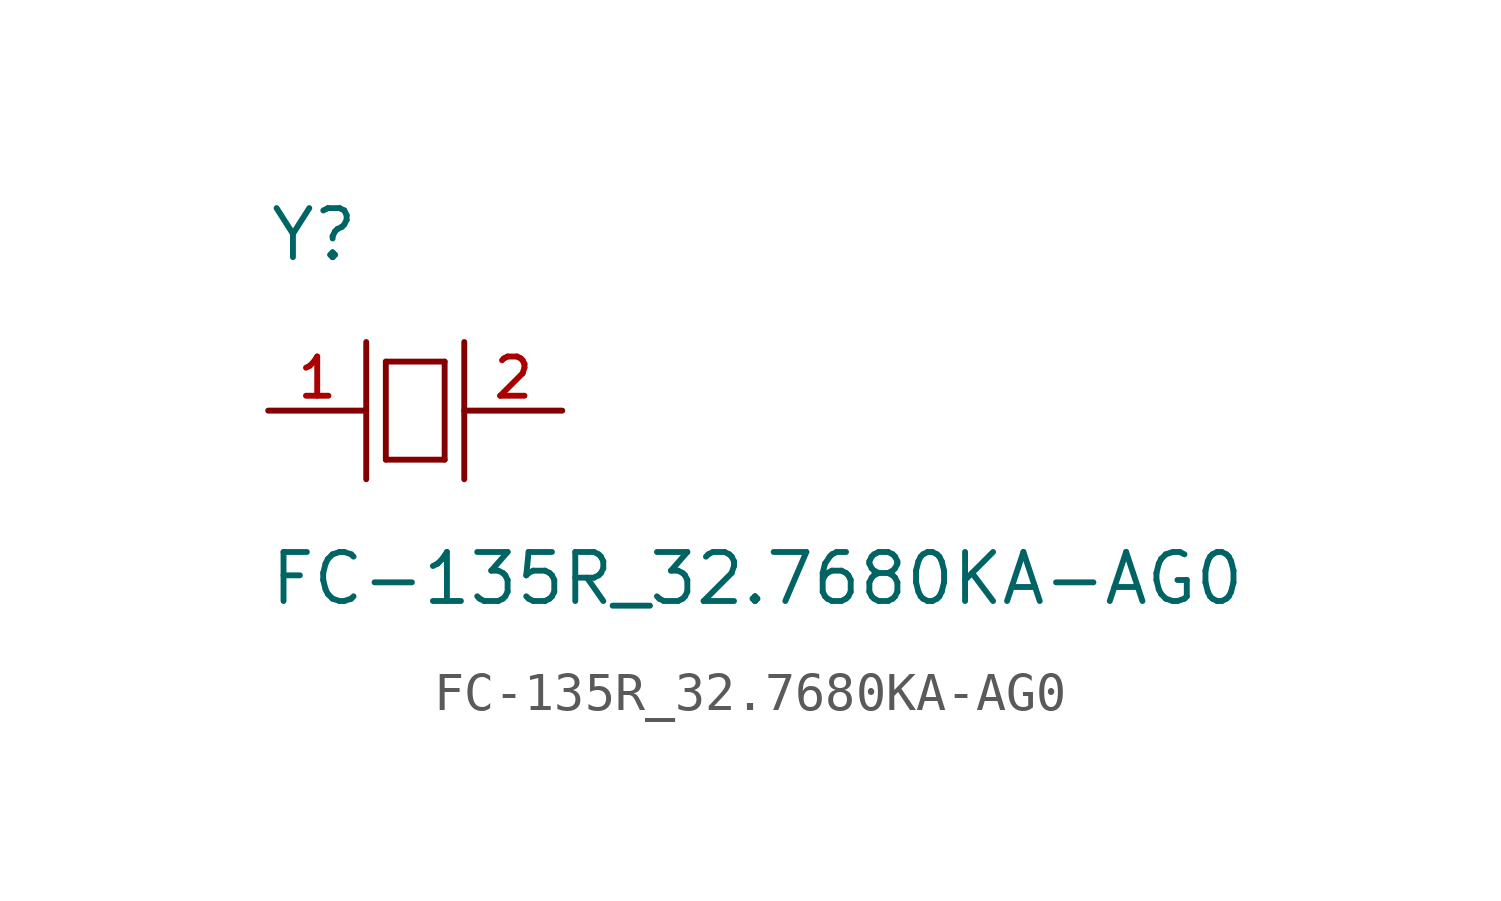
<source format=kicad_sym>
(kicad_symbol_lib
  (version 20211014)
  (generator kicad_symbol_editor)
  (symbol "FC-135R_32.7680KA-AG0"
    (pin_names
      (offset 1.016))
    (property "Reference" "Y"
      (at -3.813 3.814 0)
      (effects (font (size 1.27 1.27)) (justify bottom left)))
    (property "Value" "FC-135R_32.7680KA-AG0"
      (at -3.815 -5.096 0)
      (effects (font (size 1.27 1.27)) (justify bottom left)))
    (symbol "FC-135R_32.7680KA-AG0_0_0"
      (polyline (pts (xy -1.27 1.778) (xy -1.27 -1.778)) (stroke (width 0.152)))
      (polyline (pts (xy 1.27 -1.778) (xy 1.27 1.778)) (stroke (width 0.152)))
      (polyline (pts (xy -0.762 1.27) (xy 0.762 1.27)) (stroke (width 0.152)))
      (polyline (pts (xy 0.762 1.27) (xy 0.762 -1.27)) (stroke (width 0.152)))
      (polyline (pts (xy 0.762 -1.27) (xy -0.762 -1.27)) (stroke (width 0.152)))
      (polyline (pts (xy -0.762 -1.27) (xy -0.762 1.27)) (stroke (width 0.152)))
      (pin passive line (at -3.81 0.0 0) (length 2.54) (name "~" (effects (font (size 1.016 1.016)))) (number "1" (effects (font (size 1.016 1.016)))))
      (pin passive line (at 3.81 0.0 180.0) (length 2.54) (name "~" (effects (font (size 1.016 1.016)))) (number "2" (effects (font (size 1.016 1.016))))))))
</source>
